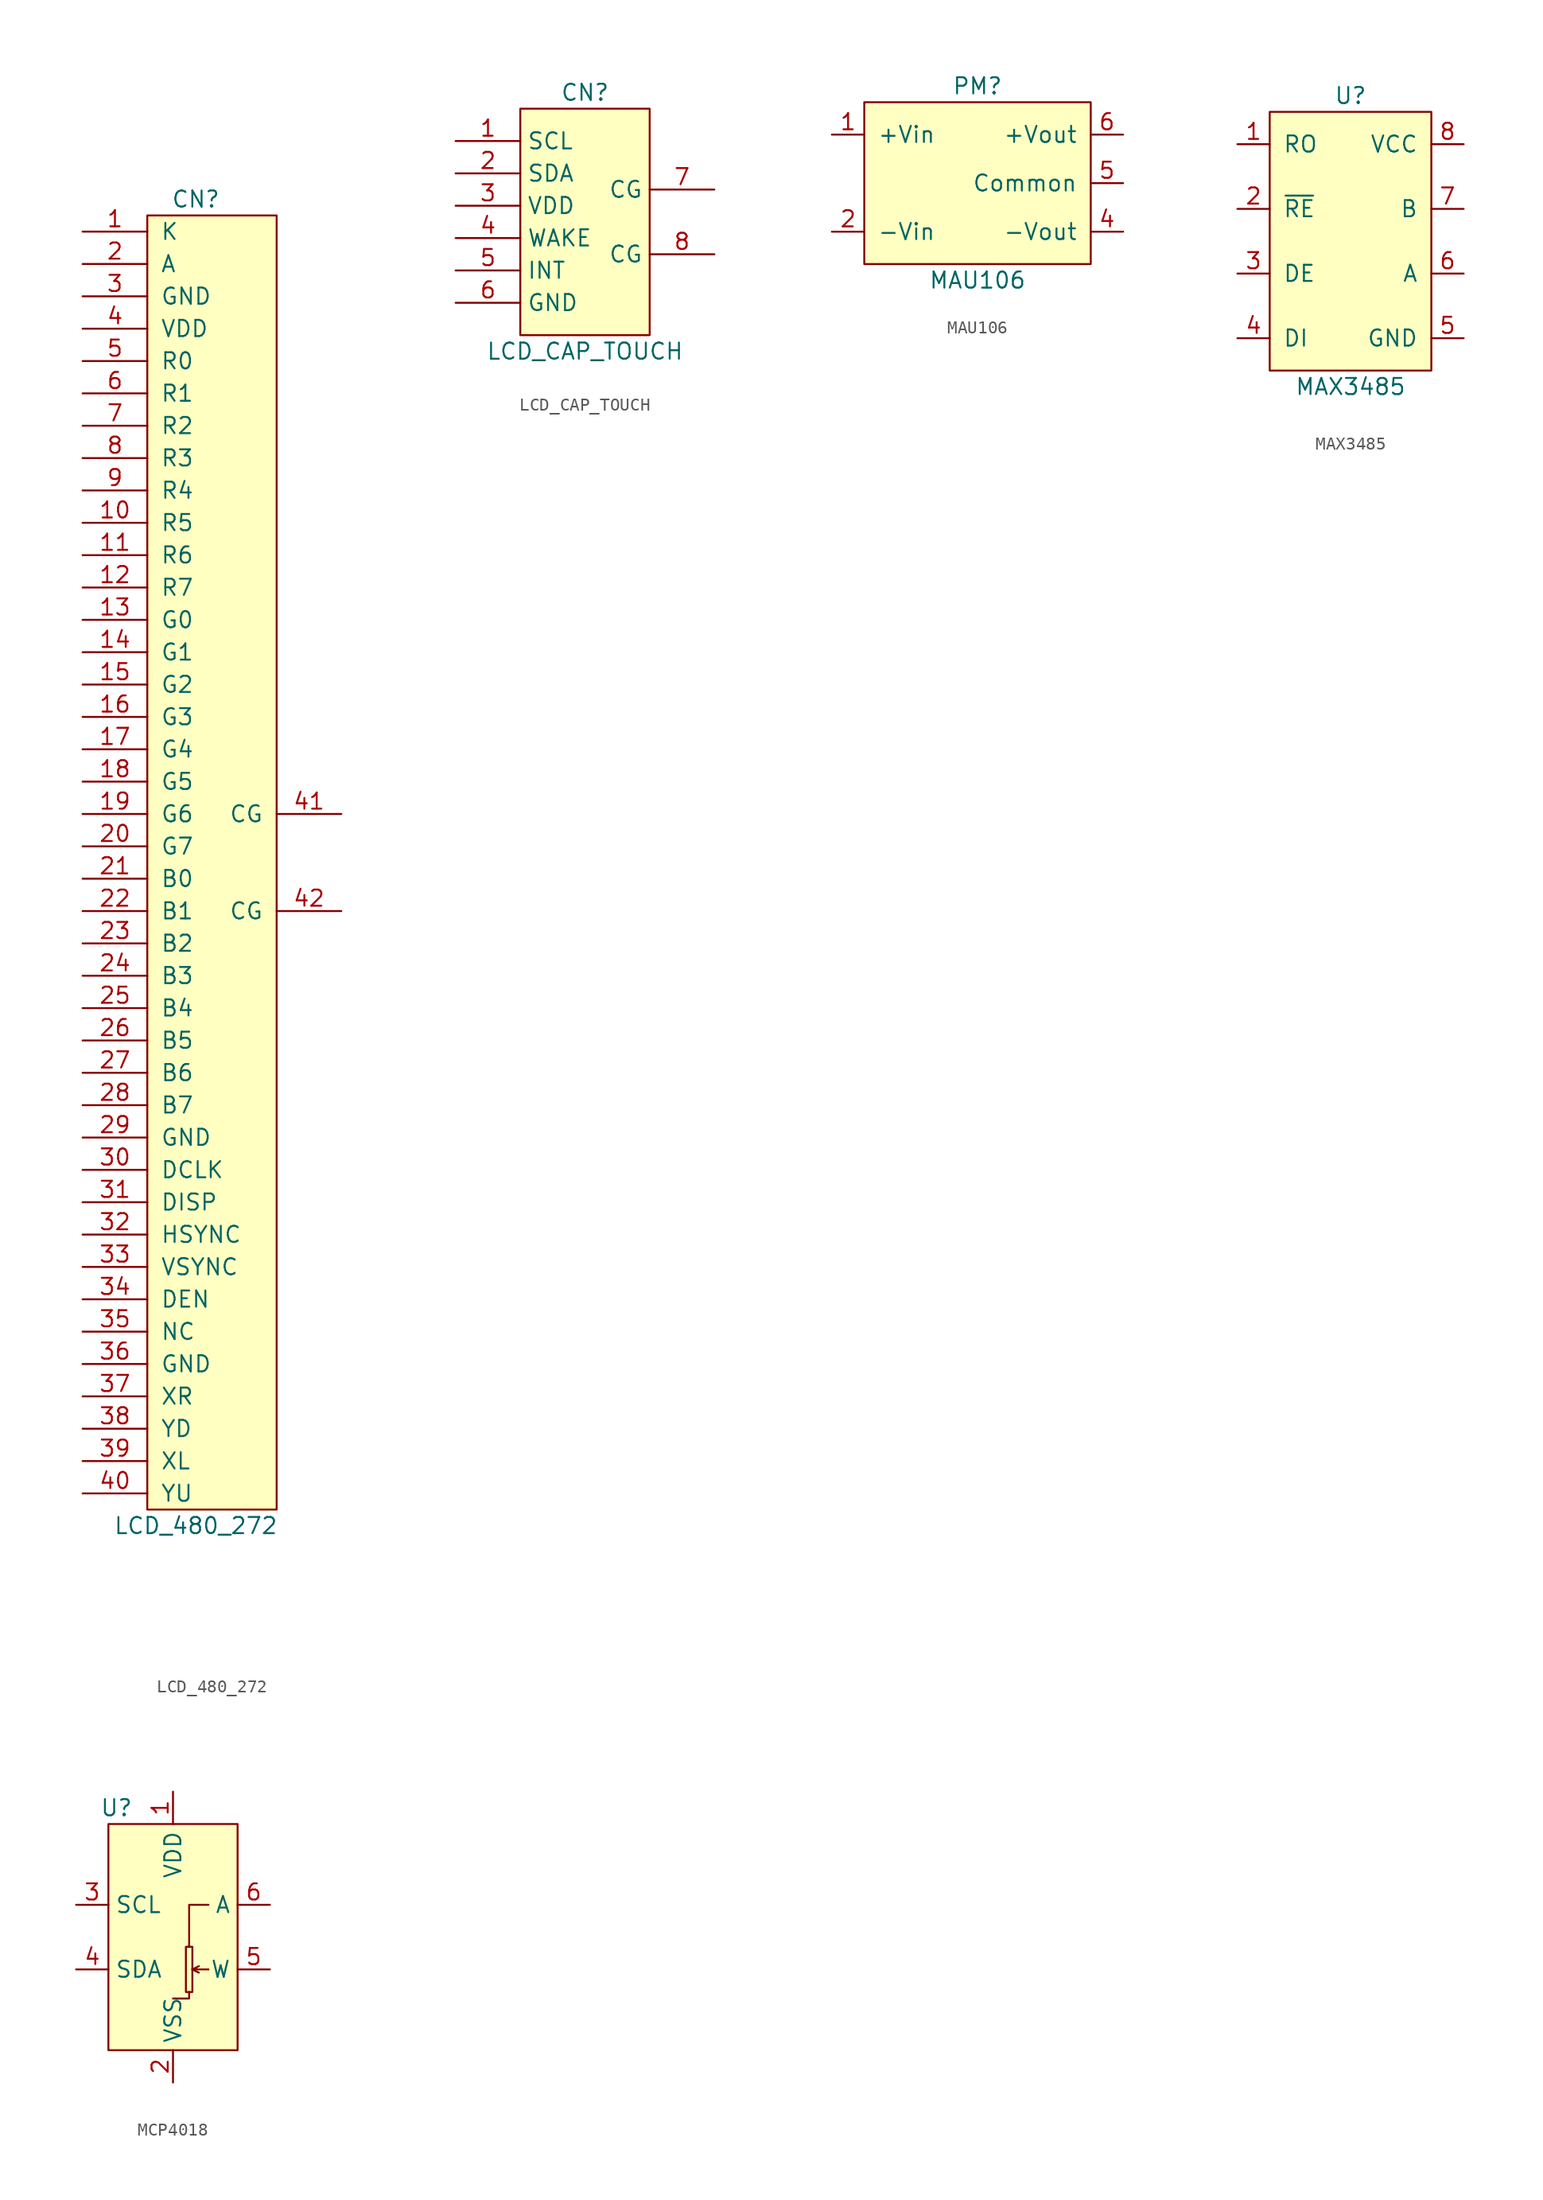
<source format=kicad_sym>
(kicad_symbol_lib
  (version 20220914)
  (generator kicad_symbol_editor)
  (symbol "LCD_480_272"
    (pin_names
      (offset 1.016))
    (property "Reference" "CN"
      (at -1.27 52.07 0)
      (effects (font (size 1.27 1.27))))
    (property "Value" "LCD_480_272"
      (at -1.27 -52.07 0)
      (effects (font (size 1.27 1.27))))
    (symbol "LCD_480_272_0_1"
      (rectangle (start -5.08 50.8) (end 5.08 -50.8) (stroke (width 0) (type default)) (fill (type background))))
    (symbol "LCD_480_272_1_1"
      (pin input line (at -10.16 49.53 0) (length 5.08) (name "K" (effects (font (size 1.27 1.27)))) (number "1" (effects (font (size 1.27 1.27)))))
      (pin input line (at -10.16 26.67 0) (length 5.08) (name "R5" (effects (font (size 1.27 1.27)))) (number "10" (effects (font (size 1.27 1.27)))))
      (pin input line (at -10.16 24.13 0) (length 5.08) (name "R6" (effects (font (size 1.27 1.27)))) (number "11" (effects (font (size 1.27 1.27)))))
      (pin input line (at -10.16 21.59 0) (length 5.08) (name "R7" (effects (font (size 1.27 1.27)))) (number "12" (effects (font (size 1.27 1.27)))))
      (pin input line (at -10.16 19.05 0) (length 5.08) (name "G0" (effects (font (size 1.27 1.27)))) (number "13" (effects (font (size 1.27 1.27)))))
      (pin input line (at -10.16 16.51 0) (length 5.08) (name "G1" (effects (font (size 1.27 1.27)))) (number "14" (effects (font (size 1.27 1.27)))))
      (pin input line (at -10.16 13.97 0) (length 5.08) (name "G2" (effects (font (size 1.27 1.27)))) (number "15" (effects (font (size 1.27 1.27)))))
      (pin input line (at -10.16 11.43 0) (length 5.08) (name "G3" (effects (font (size 1.27 1.27)))) (number "16" (effects (font (size 1.27 1.27)))))
      (pin input line (at -10.16 8.89 0) (length 5.08) (name "G4" (effects (font (size 1.27 1.27)))) (number "17" (effects (font (size 1.27 1.27)))))
      (pin input line (at -10.16 6.35 0) (length 5.08) (name "G5" (effects (font (size 1.27 1.27)))) (number "18" (effects (font (size 1.27 1.27)))))
      (pin input line (at -10.16 3.81 0) (length 5.08) (name "G6" (effects (font (size 1.27 1.27)))) (number "19" (effects (font (size 1.27 1.27)))))
      (pin input line (at -10.16 46.99 0) (length 5.08) (name "A" (effects (font (size 1.27 1.27)))) (number "2" (effects (font (size 1.27 1.27)))))
      (pin input line (at -10.16 1.27 0) (length 5.08) (name "G7" (effects (font (size 1.27 1.27)))) (number "20" (effects (font (size 1.27 1.27)))))
      (pin input line (at -10.16 -1.27 0) (length 5.08) (name "B0" (effects (font (size 1.27 1.27)))) (number "21" (effects (font (size 1.27 1.27)))))
      (pin input line (at -10.16 -3.81 0) (length 5.08) (name "B1" (effects (font (size 1.27 1.27)))) (number "22" (effects (font (size 1.27 1.27)))))
      (pin input line (at -10.16 -6.35 0) (length 5.08) (name "B2" (effects (font (size 1.27 1.27)))) (number "23" (effects (font (size 1.27 1.27)))))
      (pin input line (at -10.16 -8.89 0) (length 5.08) (name "B3" (effects (font (size 1.27 1.27)))) (number "24" (effects (font (size 1.27 1.27)))))
      (pin input line (at -10.16 -11.43 0) (length 5.08) (name "B4" (effects (font (size 1.27 1.27)))) (number "25" (effects (font (size 1.27 1.27)))))
      (pin input line (at -10.16 -13.97 0) (length 5.08) (name "B5" (effects (font (size 1.27 1.27)))) (number "26" (effects (font (size 1.27 1.27)))))
      (pin input line (at -10.16 -16.51 0) (length 5.08) (name "B6" (effects (font (size 1.27 1.27)))) (number "27" (effects (font (size 1.27 1.27)))))
      (pin input line (at -10.16 -19.05 0) (length 5.08) (name "B7" (effects (font (size 1.27 1.27)))) (number "28" (effects (font (size 1.27 1.27)))))
      (pin power_in line (at -10.16 -21.59 0) (length 5.08) (name "GND" (effects (font (size 1.27 1.27)))) (number "29" (effects (font (size 1.27 1.27)))))
      (pin power_in line (at -10.16 44.45 0) (length 5.08) (name "GND" (effects (font (size 1.27 1.27)))) (number "3" (effects (font (size 1.27 1.27)))))
      (pin input line (at -10.16 -24.13 0) (length 5.08) (name "DCLK" (effects (font (size 1.27 1.27)))) (number "30" (effects (font (size 1.27 1.27)))))
      (pin input line (at -10.16 -26.67 0) (length 5.08) (name "DISP" (effects (font (size 1.27 1.27)))) (number "31" (effects (font (size 1.27 1.27)))))
      (pin input line (at -10.16 -29.21 0) (length 5.08) (name "HSYNC" (effects (font (size 1.27 1.27)))) (number "32" (effects (font (size 1.27 1.27)))))
      (pin input line (at -10.16 -31.75 0) (length 5.08) (name "VSYNC" (effects (font (size 1.27 1.27)))) (number "33" (effects (font (size 1.27 1.27)))))
      (pin input line (at -10.16 -34.29 0) (length 5.08) (name "DEN" (effects (font (size 1.27 1.27)))) (number "34" (effects (font (size 1.27 1.27)))))
      (pin input line (at -10.16 -36.83 0) (length 5.08) (name "NC" (effects (font (size 1.27 1.27)))) (number "35" (effects (font (size 1.27 1.27)))))
      (pin power_in line (at -10.16 -39.37 0) (length 5.08) (name "GND" (effects (font (size 1.27 1.27)))) (number "36" (effects (font (size 1.27 1.27)))))
      (pin input line (at -10.16 -41.91 0) (length 5.08) (name "XR" (effects (font (size 1.27 1.27)))) (number "37" (effects (font (size 1.27 1.27)))))
      (pin input line (at -10.16 -44.45 0) (length 5.08) (name "YD" (effects (font (size 1.27 1.27)))) (number "38" (effects (font (size 1.27 1.27)))))
      (pin input line (at -10.16 -46.99 0) (length 5.08) (name "XL" (effects (font (size 1.27 1.27)))) (number "39" (effects (font (size 1.27 1.27)))))
      (pin power_in line (at -10.16 41.91 0) (length 5.08) (name "VDD" (effects (font (size 1.27 1.27)))) (number "4" (effects (font (size 1.27 1.27)))))
      (pin input line (at -10.16 -49.53 0) (length 5.08) (name "YU" (effects (font (size 1.27 1.27)))) (number "40" (effects (font (size 1.27 1.27)))))
      (pin passive line (at 10.16 3.81 180) (length 5.08) (name "CG" (effects (font (size 1.27 1.27)))) (number "41" (effects (font (size 1.27 1.27)))))
      (pin passive line (at 10.16 -3.81 180) (length 5.08) (name "CG" (effects (font (size 1.27 1.27)))) (number "42" (effects (font (size 1.27 1.27)))))
      (pin input line (at -10.16 39.37 0) (length 5.08) (name "R0" (effects (font (size 1.27 1.27)))) (number "5" (effects (font (size 1.27 1.27)))))
      (pin input line (at -10.16 36.83 0) (length 5.08) (name "R1" (effects (font (size 1.27 1.27)))) (number "6" (effects (font (size 1.27 1.27)))))
      (pin input line (at -10.16 34.29 0) (length 5.08) (name "R2" (effects (font (size 1.27 1.27)))) (number "7" (effects (font (size 1.27 1.27)))))
      (pin input line (at -10.16 31.75 0) (length 5.08) (name "R3" (effects (font (size 1.27 1.27)))) (number "8" (effects (font (size 1.27 1.27)))))
      (pin input line (at -10.16 29.21 0) (length 5.08) (name "R4" (effects (font (size 1.27 1.27)))) (number "9" (effects (font (size 1.27 1.27)))))))
  (symbol "LCD_CAP_TOUCH"
    (property "Reference" "CN"
      (at 0 10.16 0)
      (effects (font (size 1.27 1.27))))
    (property "Value" "LCD_CAP_TOUCH"
      (at 0 -10.16 0)
      (effects (font (size 1.27 1.27))))
    (symbol "LCD_CAP_TOUCH_0_1"
      (rectangle (start -5.08 8.89) (end 5.08 -8.89) (stroke (width 0.152) (type default)) (fill (type background))))
    (symbol "LCD_CAP_TOUCH_1_1"
      (pin input line (at -10.16 6.35 0) (length 5.08) (name "SCL" (effects (font (size 1.27 1.27)))) (number "1" (effects (font (size 1.27 1.27)))))
      (pin bidirectional line (at -10.16 3.81 0) (length 5.08) (name "SDA" (effects (font (size 1.27 1.27)))) (number "2" (effects (font (size 1.27 1.27)))))
      (pin power_in line (at -10.16 1.27 0) (length 5.08) (name "VDD" (effects (font (size 1.27 1.27)))) (number "3" (effects (font (size 1.27 1.27)))))
      (pin input line (at -10.16 -1.27 0) (length 5.08) (name "WAKE" (effects (font (size 1.27 1.27)))) (number "4" (effects (font (size 1.27 1.27)))))
      (pin input line (at -10.16 -3.81 0) (length 5.08) (name "INT" (effects (font (size 1.27 1.27)))) (number "5" (effects (font (size 1.27 1.27)))))
      (pin power_in line (at -10.16 -6.35 0) (length 5.08) (name "GND" (effects (font (size 1.27 1.27)))) (number "6" (effects (font (size 1.27 1.27)))))
      (pin passive line (at 10.16 2.54 180) (length 5.08) (name "CG" (effects (font (size 1.27 1.27)))) (number "7" (effects (font (size 1.27 1.27)))))
      (pin passive line (at 10.16 -2.54 180) (length 5.08) (name "CG" (effects (font (size 1.27 1.27)))) (number "8" (effects (font (size 1.27 1.27)))))))
  (symbol "MAU106"
    (pin_names
      (offset 1.016))
    (property "Reference" "PM"
      (at 0 7.62 0)
      (effects (font (size 1.27 1.27))))
    (property "Value" "MAU106"
      (at 0 -7.62 0)
      (effects (font (size 1.27 1.27))))
    (symbol "MAU106_0_1"
      (rectangle (start -8.89 6.35) (end 8.89 -6.35) (stroke (width 0) (type default)) (fill (type background))))
    (symbol "MAU106_1_1"
      (pin power_in line (at -11.43 3.81 0) (length 2.54) (name "+Vin" (effects (font (size 1.27 1.27)))) (number "1" (effects (font (size 1.27 1.27)))))
      (pin power_in line (at -11.43 -3.81 0) (length 2.54) (name "-Vin" (effects (font (size 1.27 1.27)))) (number "2" (effects (font (size 1.27 1.27)))))
      (pin power_out line (at 11.43 -3.81 180) (length 2.54) (name "-Vout" (effects (font (size 1.27 1.27)))) (number "4" (effects (font (size 1.27 1.27)))))
      (pin power_out line (at 11.43 0 180) (length 2.54) (name "Common" (effects (font (size 1.27 1.27)))) (number "5" (effects (font (size 1.27 1.27)))))
      (pin power_out line (at 11.43 3.81 180) (length 2.54) (name "+Vout" (effects (font (size 1.27 1.27)))) (number "6" (effects (font (size 1.27 1.27)))))))
  (symbol "MAX3485"
    (pin_names
      (offset 1.016))
    (property "Reference" "U"
      (at 0 11.43 0)
      (effects (font (size 1.27 1.27))))
    (property "Value" "MAX3485"
      (at 0 -11.43 0)
      (effects (font (size 1.27 1.27))))
    (symbol "MAX3485_0_1"
      (rectangle (start -6.35 10.16) (end 6.35 -10.16) (stroke (width 0) (type default)) (fill (type background))))
    (symbol "MAX3485_1_1"
      (pin output line (at -8.89 7.62 0) (length 2.54) (name "RO" (effects (font (size 1.27 1.27)))) (number "1" (effects (font (size 1.27 1.27)))))
      (pin input line (at -8.89 2.54 0) (length 2.54) (name "~{RE}" (effects (font (size 1.27 1.27)))) (number "2" (effects (font (size 1.27 1.27)))))
      (pin input line (at -8.89 -2.54 0) (length 2.54) (name "DE" (effects (font (size 1.27 1.27)))) (number "3" (effects (font (size 1.27 1.27)))))
      (pin input line (at -8.89 -7.62 0) (length 2.54) (name "DI" (effects (font (size 1.27 1.27)))) (number "4" (effects (font (size 1.27 1.27)))))
      (pin power_in line (at 8.89 -7.62 180) (length 2.54) (name "GND" (effects (font (size 1.27 1.27)))) (number "5" (effects (font (size 1.27 1.27)))))
      (pin bidirectional line (at 8.89 -2.54 180) (length 2.54) (name "A" (effects (font (size 1.27 1.27)))) (number "6" (effects (font (size 1.27 1.27)))))
      (pin bidirectional line (at 8.89 2.54 180) (length 2.54) (name "B" (effects (font (size 1.27 1.27)))) (number "7" (effects (font (size 1.27 1.27)))))
      (pin power_in line (at 8.89 7.62 180) (length 2.54) (name "VCC" (effects (font (size 1.27 1.27)))) (number "8" (effects (font (size 1.27 1.27)))))))
  (symbol "MCP4018"
    (property "Reference" "U"
      (at -4.445 10.16 0)
      (effects (font (size 1.27 1.27))))
    (property "Value" ""
      (at 0 10.16 0)
      (effects (font (size 1.27 1.27))))
    (symbol "MCP4018_0_1"
      (rectangle (start -5.08 8.89) (end 5.08 -8.89) (stroke (width 0) (type default)) (fill (type background)))
      (polyline (pts (xy 1.524 -2.54) (xy 2.032 -2.794)) (stroke (width 0) (type default)) (fill (type none)))
      (polyline (pts (xy 1.524 -2.54) (xy 2.032 -2.286)) (stroke (width 0) (type default)) (fill (type none)))
      (polyline (pts (xy 1.524 -2.54) (xy 2.794 -2.54)) (stroke (width 0) (type default)) (fill (type none)))
      (polyline (pts (xy 1.27 -4.318) (xy 1.27 -4.826) (xy 0 -4.826)) (stroke (width 0) (type default)) (fill (type none)))
      (polyline (pts (xy 1.27 -0.762) (xy 1.27 2.54) (xy 2.794 2.54)) (stroke (width 0) (type default)) (fill (type none)))
      (polyline (pts (xy 1.016 -0.762) (xy 1.524 -0.762) (xy 1.524 -4.318) (xy 1.016 -4.318) (xy 1.016 -0.762)) (stroke (width 0) (type default)) (fill (type none))))
    (symbol "MCP4018_1_1"
      (pin power_in line (at 0 11.43 270) (length 2.54) (name "VDD" (effects (font (size 1.27 1.27)))) (number "1" (effects (font (size 1.27 1.27)))))
      (pin power_in line (at 0 -11.43 90) (length 2.54) (name "VSS" (effects (font (size 1.27 1.27)))) (number "2" (effects (font (size 1.27 1.27)))))
      (pin input line (at -7.62 2.54 0) (length 2.54) (name "SCL" (effects (font (size 1.27 1.27)))) (number "3" (effects (font (size 1.27 1.27)))))
      (pin bidirectional line (at -7.62 -2.54 0) (length 2.54) (name "SDA" (effects (font (size 1.27 1.27)))) (number "4" (effects (font (size 1.27 1.27)))))
      (pin bidirectional line (at 7.62 -2.54 180) (length 2.54) (name "W" (effects (font (size 1.27 1.27)))) (number "5" (effects (font (size 1.27 1.27)))))
      (pin bidirectional line (at 7.62 2.54 180) (length 2.54) (name "A" (effects (font (size 1.27 1.27)))) (number "6" (effects (font (size 1.27 1.27))))))))
</source>
